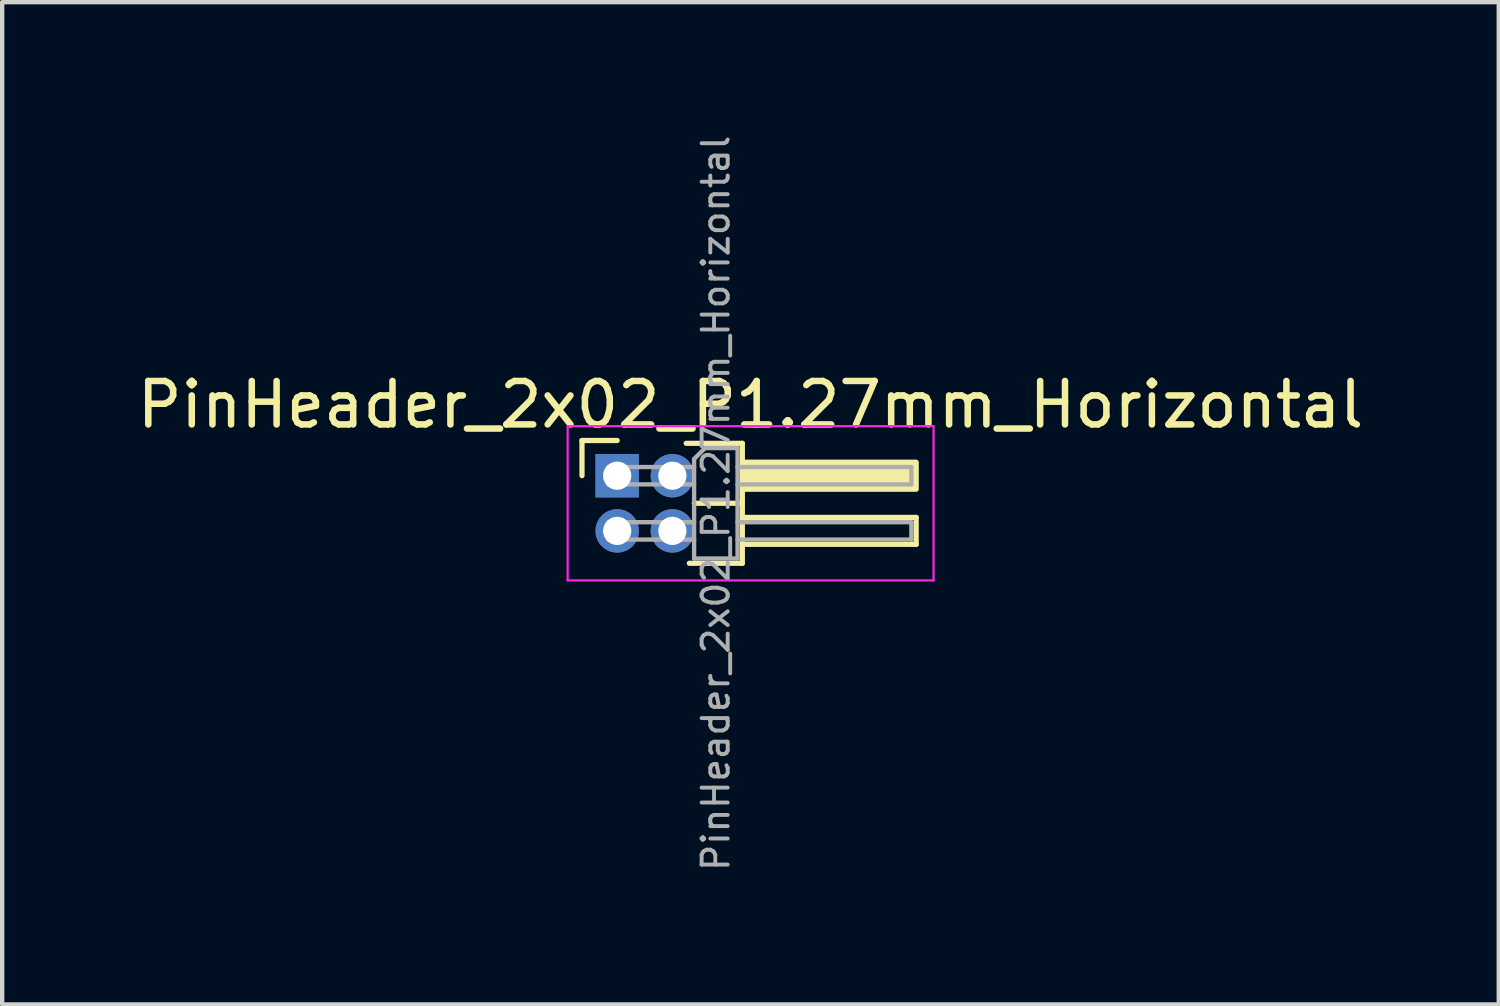
<source format=kicad_pcb>
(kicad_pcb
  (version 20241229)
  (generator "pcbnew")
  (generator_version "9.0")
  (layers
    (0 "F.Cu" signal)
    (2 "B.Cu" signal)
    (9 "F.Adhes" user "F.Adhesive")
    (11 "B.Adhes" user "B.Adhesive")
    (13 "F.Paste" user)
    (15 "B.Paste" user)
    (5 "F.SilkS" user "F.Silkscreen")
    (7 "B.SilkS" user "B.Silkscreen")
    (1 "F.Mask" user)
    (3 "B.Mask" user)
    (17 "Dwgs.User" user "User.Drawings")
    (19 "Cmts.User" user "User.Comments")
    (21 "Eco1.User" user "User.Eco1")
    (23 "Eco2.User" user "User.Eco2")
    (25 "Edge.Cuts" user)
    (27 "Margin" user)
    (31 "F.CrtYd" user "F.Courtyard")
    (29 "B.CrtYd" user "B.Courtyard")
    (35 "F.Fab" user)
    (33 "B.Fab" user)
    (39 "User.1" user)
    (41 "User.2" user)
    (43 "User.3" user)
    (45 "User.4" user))
  (footprint "PinHeader_2x02_P1.27mm_Horizontal"
    (layer "F.Cu")
    (at 11.153 7.897)
    (property "Reference" "PinHeader_2x02_P1.27mm_Horizontal" (at 3.067 -1.635 0) (layer "F.SilkS") (effects (font (size 1 1) (thickness 0.15))))
    (attr through_hole)
    (fp_line (start -0.81 -0.81) (end 0 -0.81) (stroke (width 0.12) (type solid)) (layer "F.SilkS"))
    (fp_line (start -0.81 0) (end -0.81 -0.81) (stroke (width 0.12) (type solid)) (layer "F.SilkS"))
    (fp_line (start 1.588 -0.745) (end 2.88 -0.745) (stroke (width 0.12) (type solid)) (layer "F.SilkS"))
    (fp_line (start 1.773 0.635) (end 2.88 0.635) (stroke (width 0.12) (type solid)) (layer "F.SilkS"))
    (fp_line (start 2.88 -0.745) (end 2.88 2.015) (stroke (width 0.12) (type solid)) (layer "F.SilkS"))
    (fp_line (start 2.88 0.96) (end 6.88 0.96) (stroke (width 0.12) (type solid)) (layer "F.SilkS"))
    (fp_line (start 2.88 2.015) (end 1.66 2.015) (stroke (width 0.12) (type solid)) (layer "F.SilkS"))
    (fp_line (start 6.88 0.96) (end 6.88 1.58) (stroke (width 0.12) (type solid)) (layer "F.SilkS"))
    (fp_line (start 6.88 1.58) (end 2.88 1.58) (stroke (width 0.12) (type solid)) (layer "F.SilkS"))
    (fp_rect (start 2.88 -0.31) (end 6.88 0.31) (stroke (width 0.12) (type solid)) (fill yes) (layer "F.SilkS"))
    (fp_line (start -1.14 -1.14) (end -1.14 2.41) (stroke (width 0.05) (type solid)) (layer "F.CrtYd"))
    (fp_line (start -1.14 2.41) (end 7.28 2.41) (stroke (width 0.05) (type solid)) (layer "F.CrtYd"))
    (fp_line (start 7.28 -1.14) (end -1.14 -1.14) (stroke (width 0.05) (type solid)) (layer "F.CrtYd"))
    (fp_line (start 7.28 2.41) (end 7.28 -1.14) (stroke (width 0.05) (type solid)) (layer "F.CrtYd"))
    (fp_line (start -0.2 -0.2) (end -0.2 0.2) (stroke (width 0.1) (type solid)) (layer "F.Fab"))
    (fp_line (start -0.2 -0.2) (end 1.77 -0.2) (stroke (width 0.1) (type solid)) (layer "F.Fab"))
    (fp_line (start -0.2 0.2) (end 1.77 0.2) (stroke (width 0.1) (type solid)) (layer "F.Fab"))
    (fp_line (start -0.2 1.07) (end -0.2 1.47) (stroke (width 0.1) (type solid)) (layer "F.Fab"))
    (fp_line (start -0.2 1.07) (end 1.77 1.07) (stroke (width 0.1) (type solid)) (layer "F.Fab"))
    (fp_line (start -0.2 1.47) (end 1.77 1.47) (stroke (width 0.1) (type solid)) (layer "F.Fab"))
    (fp_line (start 1.77 -0.385) (end 2.02 -0.635) (stroke (width 0.1) (type solid)) (layer "F.Fab"))
    (fp_line (start 1.77 1.905) (end 1.77 -0.385) (stroke (width 0.1) (type solid)) (layer "F.Fab"))
    (fp_line (start 2.02 -0.635) (end 2.77 -0.635) (stroke (width 0.1) (type solid)) (layer "F.Fab"))
    (fp_line (start 2.77 -0.635) (end 2.77 1.905) (stroke (width 0.1) (type solid)) (layer "F.Fab"))
    (fp_line (start 2.77 -0.2) (end 6.77 -0.2) (stroke (width 0.1) (type solid)) (layer "F.Fab"))
    (fp_line (start 2.77 0.2) (end 6.77 0.2) (stroke (width 0.1) (type solid)) (layer "F.Fab"))
    (fp_line (start 2.77 1.07) (end 6.77 1.07) (stroke (width 0.1) (type solid)) (layer "F.Fab"))
    (fp_line (start 2.77 1.47) (end 6.77 1.47) (stroke (width 0.1) (type solid)) (layer "F.Fab"))
    (fp_line (start 2.77 1.905) (end 1.77 1.905) (stroke (width 0.1) (type solid)) (layer "F.Fab"))
    (fp_line (start 6.77 -0.2) (end 6.77 0.2) (stroke (width 0.1) (type solid)) (layer "F.Fab"))
    (fp_line (start 6.77 1.07) (end 6.77 1.47) (stroke (width 0.1) (type solid)) (layer "F.Fab"))
    (fp_text user "${REFERENCE}" (at 2.27 0.635 90) (layer "F.Fab") (effects (font (size 0.6 0.6) (thickness 0.09))))
    (pad "1" thru_hole rect (at 0 0) (size 1 1) (drill 0.65) (layers "*.Cu" "*.Mask"))
    (pad "2" thru_hole circle (at 1.27 0) (size 1 1) (drill 0.65) (layers "*.Cu" "*.Mask"))
    (pad "3" thru_hole circle (at 0 1.27) (size 1 1) (drill 0.65) (layers "*.Cu" "*.Mask"))
    (pad "4" thru_hole circle (at 1.27 1.27) (size 1 1) (drill 0.65) (layers "*.Cu" "*.Mask")))
  (gr_rect
    (start -3 -3)
    (end 31.44 20.064)
    (stroke (width 0.1) (type default))
    (fill no)
    (layer "Edge.Cuts")))
</source>
